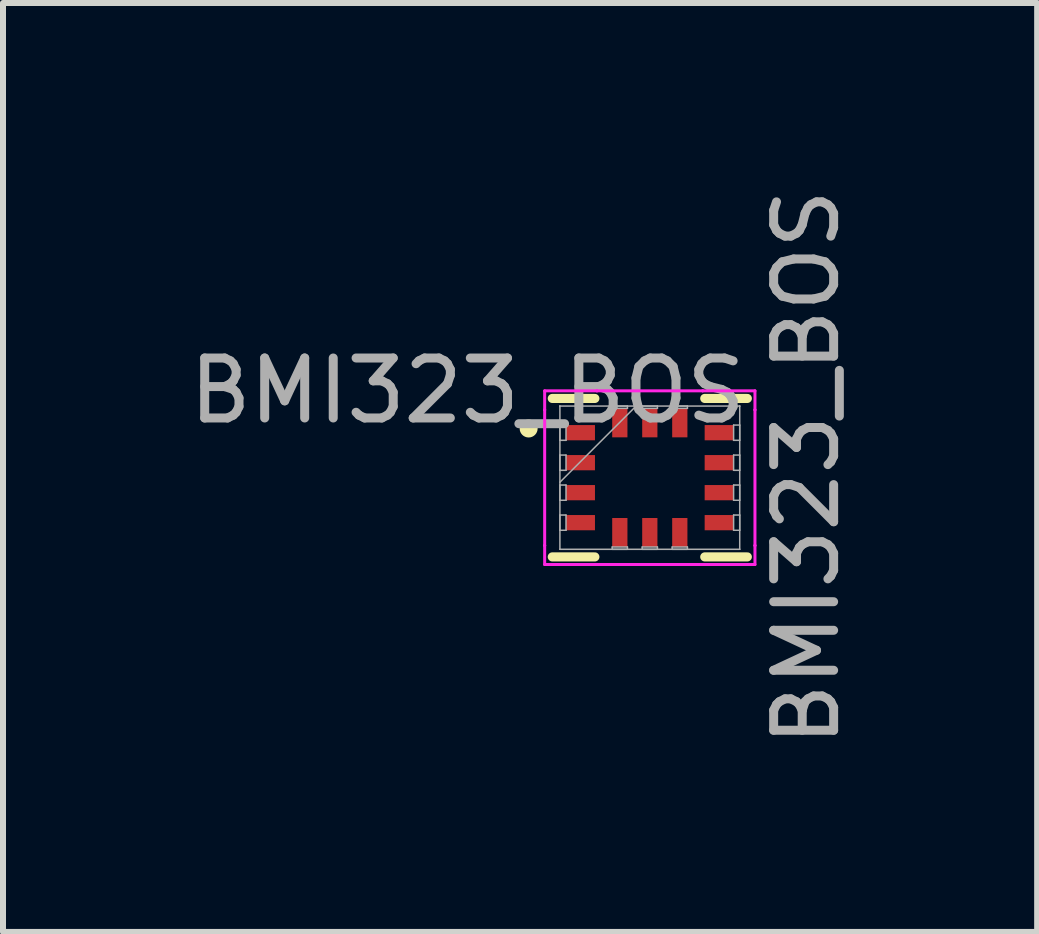
<source format=kicad_pcb>
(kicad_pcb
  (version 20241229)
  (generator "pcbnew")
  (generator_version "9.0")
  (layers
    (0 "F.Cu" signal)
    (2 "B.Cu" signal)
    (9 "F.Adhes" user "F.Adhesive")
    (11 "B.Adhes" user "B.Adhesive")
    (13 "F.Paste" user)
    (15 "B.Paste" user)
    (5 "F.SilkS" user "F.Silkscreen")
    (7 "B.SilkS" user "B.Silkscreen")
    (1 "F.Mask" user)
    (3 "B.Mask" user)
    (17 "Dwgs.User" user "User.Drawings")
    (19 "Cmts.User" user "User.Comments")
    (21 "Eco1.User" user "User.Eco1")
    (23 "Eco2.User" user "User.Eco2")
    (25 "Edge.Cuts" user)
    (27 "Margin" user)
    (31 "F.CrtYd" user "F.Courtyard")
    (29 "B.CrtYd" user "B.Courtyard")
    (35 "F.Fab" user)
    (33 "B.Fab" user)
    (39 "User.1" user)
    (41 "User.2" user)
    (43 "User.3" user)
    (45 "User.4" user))
  (footprint "BMI323_BOS"
    (layer "F.Cu")
    (at 7.784 4.914)
    (property "Reference" "BMI323_BOS" (at 2.61 -0.17 90) (unlocked yes) (layer "F.Fab") (effects (font (size 1 1) (thickness 0.15))))
    (attr smd)
    (fp_line (start -1.626 1.321) (end -0.916 1.321) (stroke (width 0.152) (type solid)) (layer "F.SilkS"))
    (fp_line (start -0.916 -1.321) (end -1.626 -1.321) (stroke (width 0.152) (type solid)) (layer "F.SilkS"))
    (fp_line (start 0.916 1.321) (end 1.626 1.321) (stroke (width 0.152) (type solid)) (layer "F.SilkS"))
    (fp_line (start 1.626 -1.321) (end 0.916 -1.321) (stroke (width 0.152) (type solid)) (layer "F.SilkS"))
    (fp_circle (center -2.02 -0.82) (end -1.92 -0.82) (stroke (width 0.1) (type solid)) (fill yes) (layer "F.SilkS"))
    (fp_line (start -1.753 -1.448) (end -0.881 -1.448) (stroke (width 0.05) (type solid)) (layer "F.CrtYd"))
    (fp_line (start -1.753 -1.131) (end -1.753 -1.448) (stroke (width 0.05) (type solid)) (layer "F.CrtYd"))
    (fp_line (start -1.753 -1.131) (end -1.753 -1.131) (stroke (width 0.05) (type solid)) (layer "F.CrtYd"))
    (fp_line (start -1.753 1.131) (end -1.753 -1.131) (stroke (width 0.05) (type solid)) (layer "F.CrtYd"))
    (fp_line (start -1.753 1.131) (end -1.753 1.131) (stroke (width 0.05) (type solid)) (layer "F.CrtYd"))
    (fp_line (start -1.753 1.448) (end -1.753 1.131) (stroke (width 0.05) (type solid)) (layer "F.CrtYd"))
    (fp_line (start -0.881 -1.448) (end -0.881 -1.448) (stroke (width 0.05) (type solid)) (layer "F.CrtYd"))
    (fp_line (start -0.881 -1.448) (end 0.881 -1.448) (stroke (width 0.05) (type solid)) (layer "F.CrtYd"))
    (fp_line (start -0.881 1.448) (end -1.753 1.448) (stroke (width 0.05) (type solid)) (layer "F.CrtYd"))
    (fp_line (start -0.881 1.448) (end -0.881 1.448) (stroke (width 0.05) (type solid)) (layer "F.CrtYd"))
    (fp_line (start 0.881 -1.448) (end 0.881 -1.448) (stroke (width 0.05) (type solid)) (layer "F.CrtYd"))
    (fp_line (start 0.881 -1.448) (end 1.753 -1.448) (stroke (width 0.05) (type solid)) (layer "F.CrtYd"))
    (fp_line (start 0.881 1.448) (end -0.881 1.448) (stroke (width 0.05) (type solid)) (layer "F.CrtYd"))
    (fp_line (start 0.881 1.448) (end 0.881 1.448) (stroke (width 0.05) (type solid)) (layer "F.CrtYd"))
    (fp_line (start 1.753 -1.448) (end 1.753 -1.131) (stroke (width 0.05) (type solid)) (layer "F.CrtYd"))
    (fp_line (start 1.753 -1.131) (end 1.753 -1.131) (stroke (width 0.05) (type solid)) (layer "F.CrtYd"))
    (fp_line (start 1.753 -1.131) (end 1.753 1.131) (stroke (width 0.05) (type solid)) (layer "F.CrtYd"))
    (fp_line (start 1.753 1.131) (end 1.753 1.131) (stroke (width 0.05) (type solid)) (layer "F.CrtYd"))
    (fp_line (start 1.753 1.131) (end 1.753 1.448) (stroke (width 0.05) (type solid)) (layer "F.CrtYd"))
    (fp_line (start 1.753 1.448) (end 0.881 1.448) (stroke (width 0.05) (type solid)) (layer "F.CrtYd"))
    (fp_line (start -1.499 -1.194) (end -1.499 -1.194) (stroke (width 0.025) (type solid)) (layer "F.Fab"))
    (fp_line (start -1.499 -1.194) (end -1.499 1.194) (stroke (width 0.025) (type solid)) (layer "F.Fab"))
    (fp_line (start -1.499 -0.877) (end -1.397 -0.877) (stroke (width 0.025) (type solid)) (layer "F.Fab"))
    (fp_line (start -1.499 -0.623) (end -1.499 -0.877) (stroke (width 0.025) (type solid)) (layer "F.Fab"))
    (fp_line (start -1.499 -0.377) (end -1.397 -0.377) (stroke (width 0.025) (type solid)) (layer "F.Fab"))
    (fp_line (start -1.499 -0.123) (end -1.499 -0.377) (stroke (width 0.025) (type solid)) (layer "F.Fab"))
    (fp_line (start -1.499 0.076) (end -0.229 -1.194) (stroke (width 0.025) (type solid)) (layer "F.Fab"))
    (fp_line (start -1.499 0.123) (end -1.397 0.123) (stroke (width 0.025) (type solid)) (layer "F.Fab"))
    (fp_line (start -1.499 0.377) (end -1.499 0.123) (stroke (width 0.025) (type solid)) (layer "F.Fab"))
    (fp_line (start -1.499 0.623) (end -1.397 0.623) (stroke (width 0.025) (type solid)) (layer "F.Fab"))
    (fp_line (start -1.499 0.877) (end -1.499 0.623) (stroke (width 0.025) (type solid)) (layer "F.Fab"))
    (fp_line (start -1.499 1.194) (end -1.499 1.194) (stroke (width 0.025) (type solid)) (layer "F.Fab"))
    (fp_line (start -1.499 1.194) (end 1.499 1.194) (stroke (width 0.025) (type solid)) (layer "F.Fab"))
    (fp_line (start -1.397 -0.877) (end -1.397 -0.623) (stroke (width 0.025) (type solid)) (layer "F.Fab"))
    (fp_line (start -1.397 -0.623) (end -1.499 -0.623) (stroke (width 0.025) (type solid)) (layer "F.Fab"))
    (fp_line (start -1.397 -0.377) (end -1.397 -0.123) (stroke (width 0.025) (type solid)) (layer "F.Fab"))
    (fp_line (start -1.397 -0.123) (end -1.499 -0.123) (stroke (width 0.025) (type solid)) (layer "F.Fab"))
    (fp_line (start -1.397 0.123) (end -1.397 0.377) (stroke (width 0.025) (type solid)) (layer "F.Fab"))
    (fp_line (start -1.397 0.377) (end -1.499 0.377) (stroke (width 0.025) (type solid)) (layer "F.Fab"))
    (fp_line (start -1.397 0.623) (end -1.397 0.877) (stroke (width 0.025) (type solid)) (layer "F.Fab"))
    (fp_line (start -1.397 0.877) (end -1.499 0.877) (stroke (width 0.025) (type solid)) (layer "F.Fab"))
    (fp_line (start -0.627 -1.194) (end -0.373 -1.194) (stroke (width 0.025) (type solid)) (layer "F.Fab"))
    (fp_line (start -0.627 -1.156) (end -0.627 -1.194) (stroke (width 0.025) (type solid)) (layer "F.Fab"))
    (fp_line (start -0.627 1.156) (end -0.373 1.156) (stroke (width 0.025) (type solid)) (layer "F.Fab"))
    (fp_line (start -0.627 1.194) (end -0.627 1.156) (stroke (width 0.025) (type solid)) (layer "F.Fab"))
    (fp_line (start -0.373 -1.194) (end -0.373 -1.156) (stroke (width 0.025) (type solid)) (layer "F.Fab"))
    (fp_line (start -0.373 -1.156) (end -0.627 -1.156) (stroke (width 0.025) (type solid)) (layer "F.Fab"))
    (fp_line (start -0.373 1.156) (end -0.373 1.194) (stroke (width 0.025) (type solid)) (layer "F.Fab"))
    (fp_line (start -0.373 1.194) (end -0.627 1.194) (stroke (width 0.025) (type solid)) (layer "F.Fab"))
    (fp_line (start -0.127 -1.194) (end 0.127 -1.194) (stroke (width 0.025) (type solid)) (layer "F.Fab"))
    (fp_line (start -0.127 -1.156) (end -0.127 -1.194) (stroke (width 0.025) (type solid)) (layer "F.Fab"))
    (fp_line (start -0.127 1.156) (end 0.127 1.156) (stroke (width 0.025) (type solid)) (layer "F.Fab"))
    (fp_line (start -0.127 1.194) (end -0.127 1.156) (stroke (width 0.025) (type solid)) (layer "F.Fab"))
    (fp_line (start 0.127 -1.194) (end 0.127 -1.156) (stroke (width 0.025) (type solid)) (layer "F.Fab"))
    (fp_line (start 0.127 -1.156) (end -0.127 -1.156) (stroke (width 0.025) (type solid)) (layer "F.Fab"))
    (fp_line (start 0.127 1.156) (end 0.127 1.194) (stroke (width 0.025) (type solid)) (layer "F.Fab"))
    (fp_line (start 0.127 1.194) (end -0.127 1.194) (stroke (width 0.025) (type solid)) (layer "F.Fab"))
    (fp_line (start 0.373 -1.194) (end 0.627 -1.194) (stroke (width 0.025) (type solid)) (layer "F.Fab"))
    (fp_line (start 0.373 -1.156) (end 0.373 -1.194) (stroke (width 0.025) (type solid)) (layer "F.Fab"))
    (fp_line (start 0.373 1.156) (end 0.627 1.156) (stroke (width 0.025) (type solid)) (layer "F.Fab"))
    (fp_line (start 0.373 1.194) (end 0.373 1.156) (stroke (width 0.025) (type solid)) (layer "F.Fab"))
    (fp_line (start 0.627 -1.194) (end 0.627 -1.156) (stroke (width 0.025) (type solid)) (layer "F.Fab"))
    (fp_line (start 0.627 -1.156) (end 0.373 -1.156) (stroke (width 0.025) (type solid)) (layer "F.Fab"))
    (fp_line (start 0.627 1.156) (end 0.627 1.194) (stroke (width 0.025) (type solid)) (layer "F.Fab"))
    (fp_line (start 0.627 1.194) (end 0.373 1.194) (stroke (width 0.025) (type solid)) (layer "F.Fab"))
    (fp_line (start 1.397 -0.877) (end 1.499 -0.877) (stroke (width 0.025) (type solid)) (layer "F.Fab"))
    (fp_line (start 1.397 -0.623) (end 1.397 -0.877) (stroke (width 0.025) (type solid)) (layer "F.Fab"))
    (fp_line (start 1.397 -0.377) (end 1.499 -0.377) (stroke (width 0.025) (type solid)) (layer "F.Fab"))
    (fp_line (start 1.397 -0.123) (end 1.397 -0.377) (stroke (width 0.025) (type solid)) (layer "F.Fab"))
    (fp_line (start 1.397 0.123) (end 1.499 0.123) (stroke (width 0.025) (type solid)) (layer "F.Fab"))
    (fp_line (start 1.397 0.377) (end 1.397 0.123) (stroke (width 0.025) (type solid)) (layer "F.Fab"))
    (fp_line (start 1.397 0.623) (end 1.499 0.623) (stroke (width 0.025) (type solid)) (layer "F.Fab"))
    (fp_line (start 1.397 0.877) (end 1.397 0.623) (stroke (width 0.025) (type solid)) (layer "F.Fab"))
    (fp_line (start 1.499 -1.194) (end -1.499 -1.194) (stroke (width 0.025) (type solid)) (layer "F.Fab"))
    (fp_line (start 1.499 -1.194) (end 1.499 -1.194) (stroke (width 0.025) (type solid)) (layer "F.Fab"))
    (fp_line (start 1.499 -0.877) (end 1.499 -0.623) (stroke (width 0.025) (type solid)) (layer "F.Fab"))
    (fp_line (start 1.499 -0.623) (end 1.397 -0.623) (stroke (width 0.025) (type solid)) (layer "F.Fab"))
    (fp_line (start 1.499 -0.377) (end 1.499 -0.123) (stroke (width 0.025) (type solid)) (layer "F.Fab"))
    (fp_line (start 1.499 -0.123) (end 1.397 -0.123) (stroke (width 0.025) (type solid)) (layer "F.Fab"))
    (fp_line (start 1.499 0.123) (end 1.499 0.377) (stroke (width 0.025) (type solid)) (layer "F.Fab"))
    (fp_line (start 1.499 0.377) (end 1.397 0.377) (stroke (width 0.025) (type solid)) (layer "F.Fab"))
    (fp_line (start 1.499 0.623) (end 1.499 0.877) (stroke (width 0.025) (type solid)) (layer "F.Fab"))
    (fp_line (start 1.499 0.877) (end 1.397 0.877) (stroke (width 0.025) (type solid)) (layer "F.Fab"))
    (fp_line (start 1.499 1.194) (end 1.499 -1.194) (stroke (width 0.025) (type solid)) (layer "F.Fab"))
    (fp_line (start 1.499 1.194) (end 1.499 1.194) (stroke (width 0.025) (type solid)) (layer "F.Fab"))
    (fp_text user "${REFERENCE}" (at -3.04 -1.45 0) (unlocked yes) (layer "F.Fab") (effects (font (size 1 1) (thickness 0.15))))
    (pad "1" smd rect (at -1.156 -0.75 90) (size 0.254 0.483) (layers "F.Cu" "F.Mask" "F.Paste"))
    (pad "2" smd rect (at -1.156 -0.25 90) (size 0.254 0.483) (layers "F.Cu" "F.Mask" "F.Paste"))
    (pad "3" smd rect (at -1.156 0.25 90) (size 0.254 0.483) (layers "F.Cu" "F.Mask" "F.Paste"))
    (pad "4" smd rect (at -1.156 0.75 90) (size 0.254 0.483) (layers "F.Cu" "F.Mask" "F.Paste"))
    (pad "5" smd rect (at -0.5 0.914) (size 0.254 0.483) (layers "F.Cu" "F.Mask" "F.Paste"))
    (pad "6" smd rect (at 0 0.914) (size 0.254 0.483) (layers "F.Cu" "F.Mask" "F.Paste"))
    (pad "7" smd rect (at 0.5 0.914) (size 0.254 0.483) (layers "F.Cu" "F.Mask" "F.Paste"))
    (pad "8" smd rect (at 1.156 0.75 90) (size 0.254 0.483) (layers "F.Cu" "F.Mask" "F.Paste"))
    (pad "9" smd rect (at 1.156 0.25 90) (size 0.254 0.483) (layers "F.Cu" "F.Mask" "F.Paste"))
    (pad "10" smd rect (at 1.156 -0.25 90) (size 0.254 0.483) (layers "F.Cu" "F.Mask" "F.Paste"))
    (pad "11" smd rect (at 1.156 -0.75 90) (size 0.254 0.483) (layers "F.Cu" "F.Mask" "F.Paste"))
    (pad "12" smd rect (at 0.5 -0.914) (size 0.254 0.483) (layers "F.Cu" "F.Mask" "F.Paste"))
    (pad "13" smd rect (at 0 -0.914) (size 0.254 0.483) (layers "F.Cu" "F.Mask" "F.Paste"))
    (pad "14" smd rect (at -0.5 -0.914) (size 0.254 0.483) (layers "F.Cu" "F.Mask" "F.Paste")))
  (gr_rect
    (start -3 -3)
    (end 14.242 12.488)
    (stroke (width 0.1) (type default))
    (fill no)
    (layer "Edge.Cuts")))
</source>
